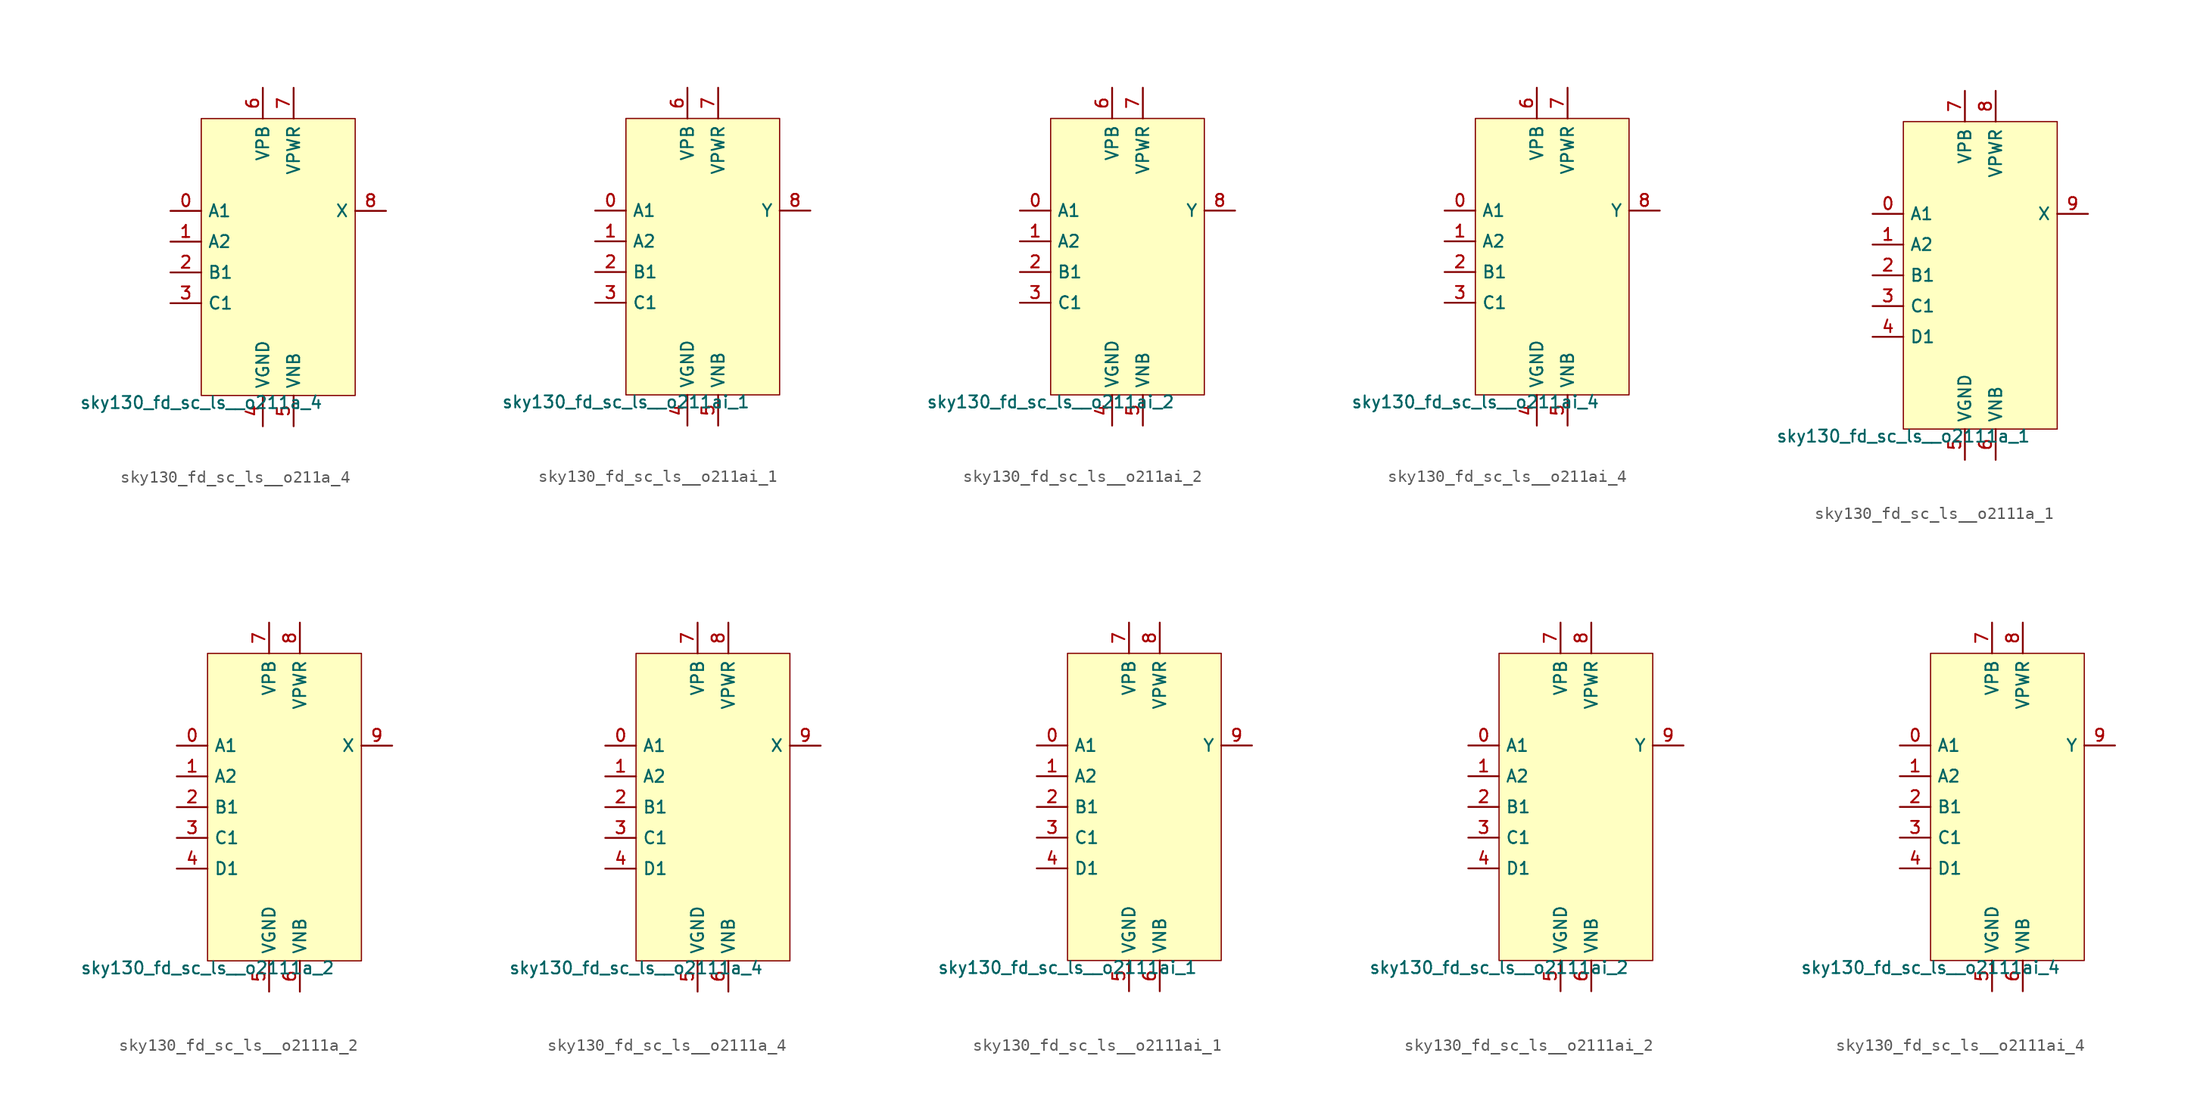
<source format=kicad_sym>
(kicad_symbol_lib
  (version 20211014)
  (generator lef2kicad_sym)
  (symbol "sky130_fd_sc_ls__o211a_4"
    (property "Reference" "X"
      (at 0 0 0)
      (effects (font (size 1 1)) hide))
    (property "Value" "sky130_fd_sc_ls__o211a_4"
      (at -6.35 -11.43 0)
      (effects (font (size 1 1)) (justify top)))
    (rectangle
      (start -6.35 -11.43)
      (end 6.35 11.43)
      (stroke (width 0.1) (type solid) (color 0 0 0 0))
      (fill (type background)))
    (pin input line
      (at -8.89 3.81 0)
      (length 2.54)
      (name "A1" (effects (font (size 1 1)) hide))
      (number "0" (effects (font (size 1 1)) hide)))
    (pin input line
      (at -8.89 1.27 0)
      (length 2.54)
      (name "A2" (effects (font (size 1 1)) hide))
      (number "1" (effects (font (size 1 1)) hide)))
    (pin input line
      (at -8.89 -1.27 0)
      (length 2.54)
      (name "B1" (effects (font (size 1 1)) hide))
      (number "2" (effects (font (size 1 1)) hide)))
    (pin input line
      (at -8.89 -3.81 0)
      (length 2.54)
      (name "C1" (effects (font (size 1 1)) hide))
      (number "3" (effects (font (size 1 1)) hide)))
    (pin power_in line
      (at -1.27 -13.97 90)
      (length 2.54)
      (name "VGND" (effects (font (size 1 1)) hide))
      (number "4" (effects (font (size 1 1)) hide)))
    (pin power_in line
      (at 1.27 -13.97 90)
      (length 2.54)
      (name "VNB" (effects (font (size 1 1)) hide))
      (number "5" (effects (font (size 1 1)) hide)))
    (pin power_in line
      (at -1.27 13.97 270)
      (length 2.54)
      (name "VPB" (effects (font (size 1 1)) hide))
      (number "6" (effects (font (size 1 1)) hide)))
    (pin power_in line
      (at 1.27 13.97 270)
      (length 2.54)
      (name "VPWR" (effects (font (size 1 1)) hide))
      (number "7" (effects (font (size 1 1)) hide)))
    (pin output line
      (at 8.89 3.81 180)
      (length 2.54)
      (name "X" (effects (font (size 1 1)) hide))
      (number "8" (effects (font (size 1 1)) hide))))
  (symbol "sky130_fd_sc_ls__o211ai_1"
    (property "Reference" "X"
      (at 0 0 0)
      (effects (font (size 1 1)) hide))
    (property "Value" "sky130_fd_sc_ls__o211ai_1"
      (at -6.35 -11.43 0)
      (effects (font (size 1 1)) (justify top)))
    (rectangle
      (start -6.35 -11.43)
      (end 6.35 11.43)
      (stroke (width 0.1) (type solid) (color 0 0 0 0))
      (fill (type background)))
    (pin input line
      (at -8.89 3.81 0)
      (length 2.54)
      (name "A1" (effects (font (size 1 1)) hide))
      (number "0" (effects (font (size 1 1)) hide)))
    (pin input line
      (at -8.89 1.27 0)
      (length 2.54)
      (name "A2" (effects (font (size 1 1)) hide))
      (number "1" (effects (font (size 1 1)) hide)))
    (pin input line
      (at -8.89 -1.27 0)
      (length 2.54)
      (name "B1" (effects (font (size 1 1)) hide))
      (number "2" (effects (font (size 1 1)) hide)))
    (pin input line
      (at -8.89 -3.81 0)
      (length 2.54)
      (name "C1" (effects (font (size 1 1)) hide))
      (number "3" (effects (font (size 1 1)) hide)))
    (pin power_in line
      (at -1.27 -13.97 90)
      (length 2.54)
      (name "VGND" (effects (font (size 1 1)) hide))
      (number "4" (effects (font (size 1 1)) hide)))
    (pin power_in line
      (at 1.27 -13.97 90)
      (length 2.54)
      (name "VNB" (effects (font (size 1 1)) hide))
      (number "5" (effects (font (size 1 1)) hide)))
    (pin power_in line
      (at -1.27 13.97 270)
      (length 2.54)
      (name "VPB" (effects (font (size 1 1)) hide))
      (number "6" (effects (font (size 1 1)) hide)))
    (pin power_in line
      (at 1.27 13.97 270)
      (length 2.54)
      (name "VPWR" (effects (font (size 1 1)) hide))
      (number "7" (effects (font (size 1 1)) hide)))
    (pin output line
      (at 8.89 3.81 180)
      (length 2.54)
      (name "Y" (effects (font (size 1 1)) hide))
      (number "8" (effects (font (size 1 1)) hide))))
  (symbol "sky130_fd_sc_ls__o211ai_2"
    (property "Reference" "X"
      (at 0 0 0)
      (effects (font (size 1 1)) hide))
    (property "Value" "sky130_fd_sc_ls__o211ai_2"
      (at -6.35 -11.43 0)
      (effects (font (size 1 1)) (justify top)))
    (rectangle
      (start -6.35 -11.43)
      (end 6.35 11.43)
      (stroke (width 0.1) (type solid) (color 0 0 0 0))
      (fill (type background)))
    (pin input line
      (at -8.89 3.81 0)
      (length 2.54)
      (name "A1" (effects (font (size 1 1)) hide))
      (number "0" (effects (font (size 1 1)) hide)))
    (pin input line
      (at -8.89 1.27 0)
      (length 2.54)
      (name "A2" (effects (font (size 1 1)) hide))
      (number "1" (effects (font (size 1 1)) hide)))
    (pin input line
      (at -8.89 -1.27 0)
      (length 2.54)
      (name "B1" (effects (font (size 1 1)) hide))
      (number "2" (effects (font (size 1 1)) hide)))
    (pin input line
      (at -8.89 -3.81 0)
      (length 2.54)
      (name "C1" (effects (font (size 1 1)) hide))
      (number "3" (effects (font (size 1 1)) hide)))
    (pin power_in line
      (at -1.27 -13.97 90)
      (length 2.54)
      (name "VGND" (effects (font (size 1 1)) hide))
      (number "4" (effects (font (size 1 1)) hide)))
    (pin power_in line
      (at 1.27 -13.97 90)
      (length 2.54)
      (name "VNB" (effects (font (size 1 1)) hide))
      (number "5" (effects (font (size 1 1)) hide)))
    (pin power_in line
      (at -1.27 13.97 270)
      (length 2.54)
      (name "VPB" (effects (font (size 1 1)) hide))
      (number "6" (effects (font (size 1 1)) hide)))
    (pin power_in line
      (at 1.27 13.97 270)
      (length 2.54)
      (name "VPWR" (effects (font (size 1 1)) hide))
      (number "7" (effects (font (size 1 1)) hide)))
    (pin output line
      (at 8.89 3.81 180)
      (length 2.54)
      (name "Y" (effects (font (size 1 1)) hide))
      (number "8" (effects (font (size 1 1)) hide))))
  (symbol "sky130_fd_sc_ls__o211ai_4"
    (property "Reference" "X"
      (at 0 0 0)
      (effects (font (size 1 1)) hide))
    (property "Value" "sky130_fd_sc_ls__o211ai_4"
      (at -6.35 -11.43 0)
      (effects (font (size 1 1)) (justify top)))
    (rectangle
      (start -6.35 -11.43)
      (end 6.35 11.43)
      (stroke (width 0.1) (type solid) (color 0 0 0 0))
      (fill (type background)))
    (pin input line
      (at -8.89 3.81 0)
      (length 2.54)
      (name "A1" (effects (font (size 1 1)) hide))
      (number "0" (effects (font (size 1 1)) hide)))
    (pin input line
      (at -8.89 1.27 0)
      (length 2.54)
      (name "A2" (effects (font (size 1 1)) hide))
      (number "1" (effects (font (size 1 1)) hide)))
    (pin input line
      (at -8.89 -1.27 0)
      (length 2.54)
      (name "B1" (effects (font (size 1 1)) hide))
      (number "2" (effects (font (size 1 1)) hide)))
    (pin input line
      (at -8.89 -3.81 0)
      (length 2.54)
      (name "C1" (effects (font (size 1 1)) hide))
      (number "3" (effects (font (size 1 1)) hide)))
    (pin power_in line
      (at -1.27 -13.97 90)
      (length 2.54)
      (name "VGND" (effects (font (size 1 1)) hide))
      (number "4" (effects (font (size 1 1)) hide)))
    (pin power_in line
      (at 1.27 -13.97 90)
      (length 2.54)
      (name "VNB" (effects (font (size 1 1)) hide))
      (number "5" (effects (font (size 1 1)) hide)))
    (pin power_in line
      (at -1.27 13.97 270)
      (length 2.54)
      (name "VPB" (effects (font (size 1 1)) hide))
      (number "6" (effects (font (size 1 1)) hide)))
    (pin power_in line
      (at 1.27 13.97 270)
      (length 2.54)
      (name "VPWR" (effects (font (size 1 1)) hide))
      (number "7" (effects (font (size 1 1)) hide)))
    (pin output line
      (at 8.89 3.81 180)
      (length 2.54)
      (name "Y" (effects (font (size 1 1)) hide))
      (number "8" (effects (font (size 1 1)) hide))))
  (symbol "sky130_fd_sc_ls__o2111a_1"
    (property "Reference" "X"
      (at 0 0 0)
      (effects (font (size 1 1)) hide))
    (property "Value" "sky130_fd_sc_ls__o2111a_1"
      (at -6.35 -12.7 0)
      (effects (font (size 1 1)) (justify top)))
    (rectangle
      (start -6.35 -12.7)
      (end 6.35 12.7)
      (stroke (width 0.1) (type solid) (color 0 0 0 0))
      (fill (type background)))
    (pin input line
      (at -8.89 5.08 0)
      (length 2.54)
      (name "A1" (effects (font (size 1 1)) hide))
      (number "0" (effects (font (size 1 1)) hide)))
    (pin input line
      (at -8.89 2.54 0)
      (length 2.54)
      (name "A2" (effects (font (size 1 1)) hide))
      (number "1" (effects (font (size 1 1)) hide)))
    (pin input line
      (at -8.89 -8.881784197001252e-16 0)
      (length 2.54)
      (name "B1" (effects (font (size 1 1)) hide))
      (number "2" (effects (font (size 1 1)) hide)))
    (pin input line
      (at -8.89 -2.54 0)
      (length 2.54)
      (name "C1" (effects (font (size 1 1)) hide))
      (number "3" (effects (font (size 1 1)) hide)))
    (pin input line
      (at -8.89 -5.08 0)
      (length 2.54)
      (name "D1" (effects (font (size 1 1)) hide))
      (number "4" (effects (font (size 1 1)) hide)))
    (pin power_in line
      (at -1.27 -15.24 90)
      (length 2.54)
      (name "VGND" (effects (font (size 1 1)) hide))
      (number "5" (effects (font (size 1 1)) hide)))
    (pin power_in line
      (at 1.27 -15.24 90)
      (length 2.54)
      (name "VNB" (effects (font (size 1 1)) hide))
      (number "6" (effects (font (size 1 1)) hide)))
    (pin power_in line
      (at -1.27 15.24 270)
      (length 2.54)
      (name "VPB" (effects (font (size 1 1)) hide))
      (number "7" (effects (font (size 1 1)) hide)))
    (pin power_in line
      (at 1.27 15.24 270)
      (length 2.54)
      (name "VPWR" (effects (font (size 1 1)) hide))
      (number "8" (effects (font (size 1 1)) hide)))
    (pin output line
      (at 8.89 5.08 180)
      (length 2.54)
      (name "X" (effects (font (size 1 1)) hide))
      (number "9" (effects (font (size 1 1)) hide))))
  (symbol "sky130_fd_sc_ls__o2111a_2"
    (property "Reference" "X"
      (at 0 0 0)
      (effects (font (size 1 1)) hide))
    (property "Value" "sky130_fd_sc_ls__o2111a_2"
      (at -6.35 -12.7 0)
      (effects (font (size 1 1)) (justify top)))
    (rectangle
      (start -6.35 -12.7)
      (end 6.35 12.7)
      (stroke (width 0.1) (type solid) (color 0 0 0 0))
      (fill (type background)))
    (pin input line
      (at -8.89 5.08 0)
      (length 2.54)
      (name "A1" (effects (font (size 1 1)) hide))
      (number "0" (effects (font (size 1 1)) hide)))
    (pin input line
      (at -8.89 2.54 0)
      (length 2.54)
      (name "A2" (effects (font (size 1 1)) hide))
      (number "1" (effects (font (size 1 1)) hide)))
    (pin input line
      (at -8.89 -8.881784197001252e-16 0)
      (length 2.54)
      (name "B1" (effects (font (size 1 1)) hide))
      (number "2" (effects (font (size 1 1)) hide)))
    (pin input line
      (at -8.89 -2.54 0)
      (length 2.54)
      (name "C1" (effects (font (size 1 1)) hide))
      (number "3" (effects (font (size 1 1)) hide)))
    (pin input line
      (at -8.89 -5.08 0)
      (length 2.54)
      (name "D1" (effects (font (size 1 1)) hide))
      (number "4" (effects (font (size 1 1)) hide)))
    (pin power_in line
      (at -1.27 -15.24 90)
      (length 2.54)
      (name "VGND" (effects (font (size 1 1)) hide))
      (number "5" (effects (font (size 1 1)) hide)))
    (pin power_in line
      (at 1.27 -15.24 90)
      (length 2.54)
      (name "VNB" (effects (font (size 1 1)) hide))
      (number "6" (effects (font (size 1 1)) hide)))
    (pin power_in line
      (at -1.27 15.24 270)
      (length 2.54)
      (name "VPB" (effects (font (size 1 1)) hide))
      (number "7" (effects (font (size 1 1)) hide)))
    (pin power_in line
      (at 1.27 15.24 270)
      (length 2.54)
      (name "VPWR" (effects (font (size 1 1)) hide))
      (number "8" (effects (font (size 1 1)) hide)))
    (pin output line
      (at 8.89 5.08 180)
      (length 2.54)
      (name "X" (effects (font (size 1 1)) hide))
      (number "9" (effects (font (size 1 1)) hide))))
  (symbol "sky130_fd_sc_ls__o2111a_4"
    (property "Reference" "X"
      (at 0 0 0)
      (effects (font (size 1 1)) hide))
    (property "Value" "sky130_fd_sc_ls__o2111a_4"
      (at -6.35 -12.7 0)
      (effects (font (size 1 1)) (justify top)))
    (rectangle
      (start -6.35 -12.7)
      (end 6.35 12.7)
      (stroke (width 0.1) (type solid) (color 0 0 0 0))
      (fill (type background)))
    (pin input line
      (at -8.89 5.08 0)
      (length 2.54)
      (name "A1" (effects (font (size 1 1)) hide))
      (number "0" (effects (font (size 1 1)) hide)))
    (pin input line
      (at -8.89 2.54 0)
      (length 2.54)
      (name "A2" (effects (font (size 1 1)) hide))
      (number "1" (effects (font (size 1 1)) hide)))
    (pin input line
      (at -8.89 -8.881784197001252e-16 0)
      (length 2.54)
      (name "B1" (effects (font (size 1 1)) hide))
      (number "2" (effects (font (size 1 1)) hide)))
    (pin input line
      (at -8.89 -2.54 0)
      (length 2.54)
      (name "C1" (effects (font (size 1 1)) hide))
      (number "3" (effects (font (size 1 1)) hide)))
    (pin input line
      (at -8.89 -5.08 0)
      (length 2.54)
      (name "D1" (effects (font (size 1 1)) hide))
      (number "4" (effects (font (size 1 1)) hide)))
    (pin power_in line
      (at -1.27 -15.24 90)
      (length 2.54)
      (name "VGND" (effects (font (size 1 1)) hide))
      (number "5" (effects (font (size 1 1)) hide)))
    (pin power_in line
      (at 1.27 -15.24 90)
      (length 2.54)
      (name "VNB" (effects (font (size 1 1)) hide))
      (number "6" (effects (font (size 1 1)) hide)))
    (pin power_in line
      (at -1.27 15.24 270)
      (length 2.54)
      (name "VPB" (effects (font (size 1 1)) hide))
      (number "7" (effects (font (size 1 1)) hide)))
    (pin power_in line
      (at 1.27 15.24 270)
      (length 2.54)
      (name "VPWR" (effects (font (size 1 1)) hide))
      (number "8" (effects (font (size 1 1)) hide)))
    (pin output line
      (at 8.89 5.08 180)
      (length 2.54)
      (name "X" (effects (font (size 1 1)) hide))
      (number "9" (effects (font (size 1 1)) hide))))
  (symbol "sky130_fd_sc_ls__o2111ai_1"
    (property "Reference" "X"
      (at 0 0 0)
      (effects (font (size 1 1)) hide))
    (property "Value" "sky130_fd_sc_ls__o2111ai_1"
      (at -6.35 -12.7 0)
      (effects (font (size 1 1)) (justify top)))
    (rectangle
      (start -6.35 -12.7)
      (end 6.35 12.7)
      (stroke (width 0.1) (type solid) (color 0 0 0 0))
      (fill (type background)))
    (pin input line
      (at -8.89 5.08 0)
      (length 2.54)
      (name "A1" (effects (font (size 1 1)) hide))
      (number "0" (effects (font (size 1 1)) hide)))
    (pin input line
      (at -8.89 2.54 0)
      (length 2.54)
      (name "A2" (effects (font (size 1 1)) hide))
      (number "1" (effects (font (size 1 1)) hide)))
    (pin input line
      (at -8.89 -8.881784197001252e-16 0)
      (length 2.54)
      (name "B1" (effects (font (size 1 1)) hide))
      (number "2" (effects (font (size 1 1)) hide)))
    (pin input line
      (at -8.89 -2.54 0)
      (length 2.54)
      (name "C1" (effects (font (size 1 1)) hide))
      (number "3" (effects (font (size 1 1)) hide)))
    (pin input line
      (at -8.89 -5.08 0)
      (length 2.54)
      (name "D1" (effects (font (size 1 1)) hide))
      (number "4" (effects (font (size 1 1)) hide)))
    (pin power_in line
      (at -1.27 -15.24 90)
      (length 2.54)
      (name "VGND" (effects (font (size 1 1)) hide))
      (number "5" (effects (font (size 1 1)) hide)))
    (pin power_in line
      (at 1.27 -15.24 90)
      (length 2.54)
      (name "VNB" (effects (font (size 1 1)) hide))
      (number "6" (effects (font (size 1 1)) hide)))
    (pin power_in line
      (at -1.27 15.24 270)
      (length 2.54)
      (name "VPB" (effects (font (size 1 1)) hide))
      (number "7" (effects (font (size 1 1)) hide)))
    (pin power_in line
      (at 1.27 15.24 270)
      (length 2.54)
      (name "VPWR" (effects (font (size 1 1)) hide))
      (number "8" (effects (font (size 1 1)) hide)))
    (pin output line
      (at 8.89 5.08 180)
      (length 2.54)
      (name "Y" (effects (font (size 1 1)) hide))
      (number "9" (effects (font (size 1 1)) hide))))
  (symbol "sky130_fd_sc_ls__o2111ai_2"
    (property "Reference" "X"
      (at 0 0 0)
      (effects (font (size 1 1)) hide))
    (property "Value" "sky130_fd_sc_ls__o2111ai_2"
      (at -6.35 -12.7 0)
      (effects (font (size 1 1)) (justify top)))
    (rectangle
      (start -6.35 -12.7)
      (end 6.35 12.7)
      (stroke (width 0.1) (type solid) (color 0 0 0 0))
      (fill (type background)))
    (pin input line
      (at -8.89 5.08 0)
      (length 2.54)
      (name "A1" (effects (font (size 1 1)) hide))
      (number "0" (effects (font (size 1 1)) hide)))
    (pin input line
      (at -8.89 2.54 0)
      (length 2.54)
      (name "A2" (effects (font (size 1 1)) hide))
      (number "1" (effects (font (size 1 1)) hide)))
    (pin input line
      (at -8.89 -8.881784197001252e-16 0)
      (length 2.54)
      (name "B1" (effects (font (size 1 1)) hide))
      (number "2" (effects (font (size 1 1)) hide)))
    (pin input line
      (at -8.89 -2.54 0)
      (length 2.54)
      (name "C1" (effects (font (size 1 1)) hide))
      (number "3" (effects (font (size 1 1)) hide)))
    (pin input line
      (at -8.89 -5.08 0)
      (length 2.54)
      (name "D1" (effects (font (size 1 1)) hide))
      (number "4" (effects (font (size 1 1)) hide)))
    (pin power_in line
      (at -1.27 -15.24 90)
      (length 2.54)
      (name "VGND" (effects (font (size 1 1)) hide))
      (number "5" (effects (font (size 1 1)) hide)))
    (pin power_in line
      (at 1.27 -15.24 90)
      (length 2.54)
      (name "VNB" (effects (font (size 1 1)) hide))
      (number "6" (effects (font (size 1 1)) hide)))
    (pin power_in line
      (at -1.27 15.24 270)
      (length 2.54)
      (name "VPB" (effects (font (size 1 1)) hide))
      (number "7" (effects (font (size 1 1)) hide)))
    (pin power_in line
      (at 1.27 15.24 270)
      (length 2.54)
      (name "VPWR" (effects (font (size 1 1)) hide))
      (number "8" (effects (font (size 1 1)) hide)))
    (pin output line
      (at 8.89 5.08 180)
      (length 2.54)
      (name "Y" (effects (font (size 1 1)) hide))
      (number "9" (effects (font (size 1 1)) hide))))
  (symbol "sky130_fd_sc_ls__o2111ai_4"
    (property "Reference" "X"
      (at 0 0 0)
      (effects (font (size 1 1)) hide))
    (property "Value" "sky130_fd_sc_ls__o2111ai_4"
      (at -6.35 -12.7 0)
      (effects (font (size 1 1)) (justify top)))
    (rectangle
      (start -6.35 -12.7)
      (end 6.35 12.7)
      (stroke (width 0.1) (type solid) (color 0 0 0 0))
      (fill (type background)))
    (pin input line
      (at -8.89 5.08 0)
      (length 2.54)
      (name "A1" (effects (font (size 1 1)) hide))
      (number "0" (effects (font (size 1 1)) hide)))
    (pin input line
      (at -8.89 2.54 0)
      (length 2.54)
      (name "A2" (effects (font (size 1 1)) hide))
      (number "1" (effects (font (size 1 1)) hide)))
    (pin input line
      (at -8.89 -8.881784197001252e-16 0)
      (length 2.54)
      (name "B1" (effects (font (size 1 1)) hide))
      (number "2" (effects (font (size 1 1)) hide)))
    (pin input line
      (at -8.89 -2.54 0)
      (length 2.54)
      (name "C1" (effects (font (size 1 1)) hide))
      (number "3" (effects (font (size 1 1)) hide)))
    (pin input line
      (at -8.89 -5.08 0)
      (length 2.54)
      (name "D1" (effects (font (size 1 1)) hide))
      (number "4" (effects (font (size 1 1)) hide)))
    (pin power_in line
      (at -1.27 -15.24 90)
      (length 2.54)
      (name "VGND" (effects (font (size 1 1)) hide))
      (number "5" (effects (font (size 1 1)) hide)))
    (pin power_in line
      (at 1.27 -15.24 90)
      (length 2.54)
      (name "VNB" (effects (font (size 1 1)) hide))
      (number "6" (effects (font (size 1 1)) hide)))
    (pin power_in line
      (at -1.27 15.24 270)
      (length 2.54)
      (name "VPB" (effects (font (size 1 1)) hide))
      (number "7" (effects (font (size 1 1)) hide)))
    (pin power_in line
      (at 1.27 15.24 270)
      (length 2.54)
      (name "VPWR" (effects (font (size 1 1)) hide))
      (number "8" (effects (font (size 1 1)) hide)))
    (pin output line
      (at 8.89 5.08 180)
      (length 2.54)
      (name "Y" (effects (font (size 1 1)) hide))
      (number "9" (effects (font (size 1 1)) hide)))))
</source>
